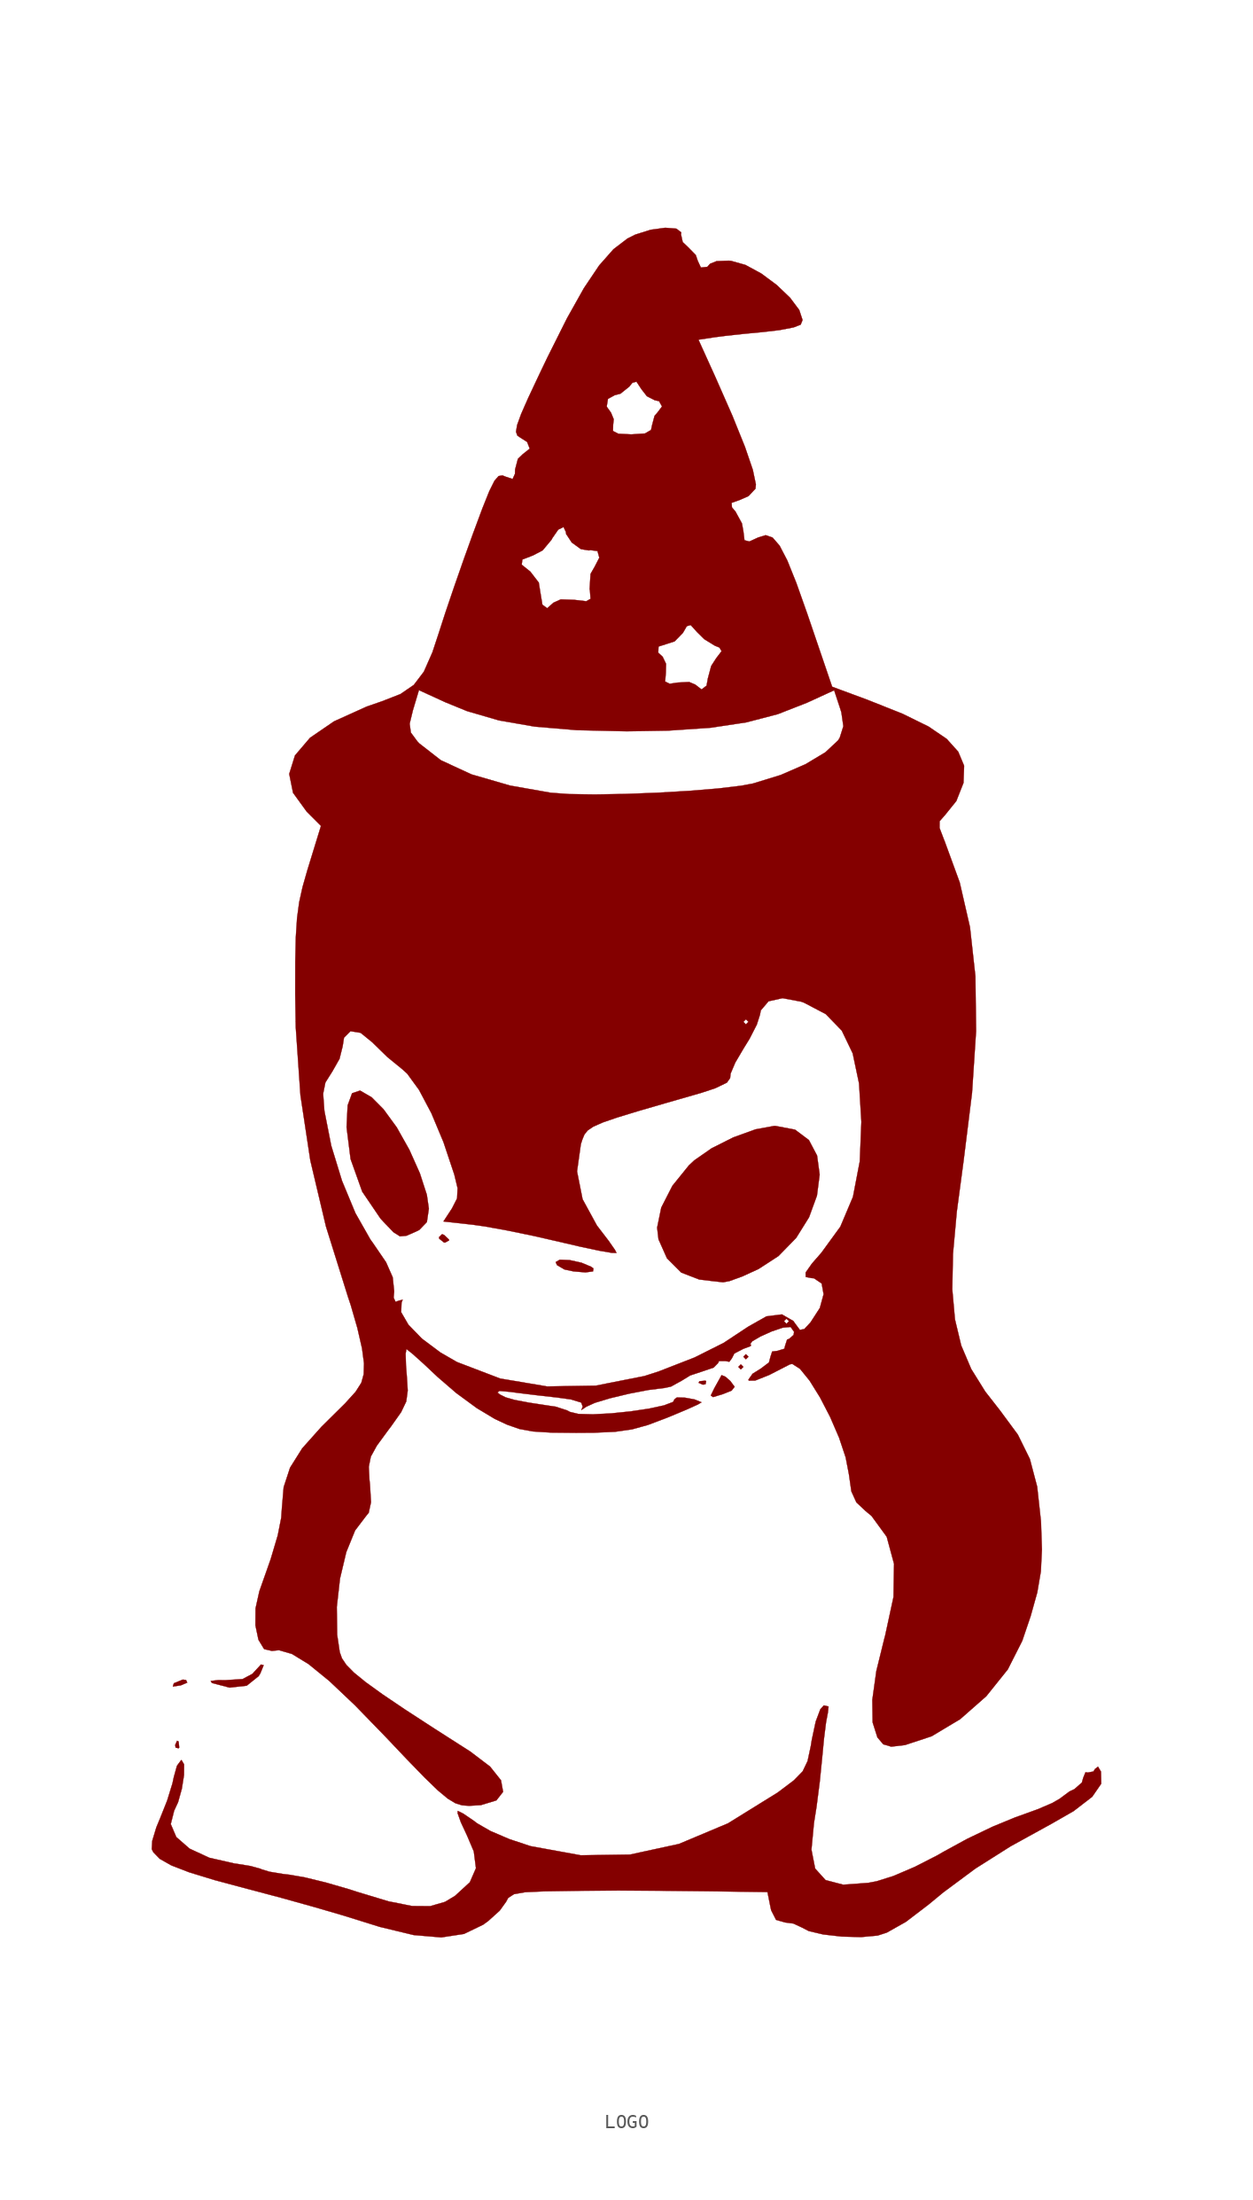
<source format=kicad_sym>
(kicad_symbol_lib
  (version 20220914)
  (generator "bitmap2component")
  (generator_version "9.0")
  (symbol "LOGO"
    (pin_names
      (offset 1.016))
    (property "Reference" "#G"
      (at 0 60.003 0)
      (effects (font (size 1.27 1.27)) hide))
    (symbol "LOGO_0_0"
      (polyline (pts (xy -12.19 -60.012) (xy -10.838 -59.36) (xy -10.479 -59.099) (xy -9.668 -58.367) (xy -9.224 -57.75) (xy -9.073 -57.472) (xy -8.662 -57.208) (xy -7.874 -57.069) (xy -6.54 -57.01) (xy -6.401 -57.007) (xy -3.887 -56.968) (xy -1.316 -56.954) (xy 1.531 -56.966) (xy 4.874 -57.002) (xy 9.212 -57.06) (xy 9.427 -58.134) (xy 9.474 -58.347) (xy 9.818 -59.022) (xy 10.473 -59.207) (xy 11.045 -59.281) (xy 11.672 -59.574) (xy 12.118 -59.808) (xy 13.145 -60.049) (xy 14.457 -60.199) (xy 15.816 -60.234) (xy 16.979 -60.128) (xy 17.627 -59.919) (xy 18.977 -59.158) (xy 20.566 -57.945) (xy 21.62 -57.077) (xy 23.879 -55.402) (xy 26.353 -53.837) (xy 29.277 -52.227) (xy 30.802 -51.353) (xy 32.113 -50.343) (xy 32.75 -49.42) (xy 32.731 -48.567) (xy 32.522 -48.217) (xy 32.304 -48.387) (xy 32.202 -48.558) (xy 31.809 -48.635) (xy 31.639 -48.613) (xy 31.482 -49.001) (xy 31.385 -49.34) (xy 30.856 -49.805) (xy 30.511 -49.967) (xy 29.872 -50.441) (xy 29.851 -50.462) (xy 29.298 -50.782) (xy 28.283 -51.217) (xy 27.01 -51.678) (xy 26.707 -51.784) (xy 25.094 -52.448) (xy 23.294 -53.309) (xy 21.644 -54.21) (xy 21.169 -54.483) (xy 19.603 -55.282) (xy 18.096 -55.927) (xy 16.916 -56.298) (xy 16.325 -56.411) (xy 14.547 -56.541) (xy 13.308 -56.215) (xy 12.574 -55.401) (xy 12.313 -54.069) (xy 12.491 -52.188) (xy 12.673 -51.04) (xy 12.901 -49.265) (xy 13.07 -47.58) (xy 13.198 -46.24) (xy 13.343 -45.092) (xy 13.472 -44.408) (xy 13.519 -43.977) (xy 13.185 -43.9) (xy 12.937 -44.178) (xy 12.614 -45.04) (xy 12.342 -46.309) (xy 12.27 -46.756) (xy 12.042 -47.82) (xy 11.695 -48.547) (xy 11.072 -49.185) (xy 10.017 -49.98) (xy 9.912 -50.056) (xy 6.428 -52.215) (xy 2.972 -53.667) (xy -0.48 -54.416) (xy -3.953 -54.468) (xy -7.471 -53.828) (xy -7.51 -53.818) (xy -8.979 -53.331) (xy -10.322 -52.757) (xy -11.254 -52.219) (xy -11.508 -52.028) (xy -12.232 -51.535) (xy -12.63 -51.337) (xy -12.64 -51.497) (xy -12.412 -52.136) (xy -11.967 -53.094) (xy -11.499 -54.194) (xy -11.346 -55.379) (xy -11.777 -56.368) (xy -12.825 -57.329) (xy -13.526 -57.751) (xy -14.572 -58.054) (xy -15.855 -58.044) (xy -17.508 -57.716) (xy -19.663 -57.065) (xy -20.282 -56.865) (xy -21.923 -56.39) (xy -23.413 -56.026) (xy -24.49 -55.839) (xy -24.936 -55.788) (xy -25.908 -55.626) (xy -26.464 -55.457) (xy -26.552 -55.414) (xy -27.246 -55.224) (xy -28.244 -55.062) (xy -28.375 -55.045) (xy -30.147 -54.643) (xy -31.543 -53.998) (xy -32.479 -53.182) (xy -32.87 -52.267) (xy -32.631 -51.326) (xy -32.355 -50.729) (xy -32.089 -49.779) (xy -31.935 -48.812) (xy -31.929 -48.061) (xy -32.105 -47.759) (xy -32.143 -47.766) (xy -32.433 -48.157) (xy -32.657 -48.965) (xy -32.749 -49.394) (xy -33.123 -50.608) (xy -33.623 -51.862) (xy -33.886 -52.497) (xy -34.175 -53.453) (xy -34.209 -54.034) (xy -34.101 -54.249) (xy -33.645 -54.719) (xy -32.829 -55.18) (xy -31.568 -55.667) (xy -29.777 -56.215) (xy -27.368 -56.859) (xy -27.197 -56.903) (xy -25.028 -57.48) (xy -22.793 -58.103) (xy -20.745 -58.7) (xy -19.14 -59.199) (xy -18.132 -59.514) (xy -15.738 -60.091) (xy -13.79 -60.257) (xy -12.19 -60.012)) (stroke (width 0.01) (type default)) (fill (type outline)))
      (polyline (pts (xy -11.001 -50.931) (xy -9.906 -50.597) (xy -9.432 -49.993) (xy -9.58 -49.179) (xy -10.351 -48.213) (xy -11.745 -47.154) (xy -14.257 -45.548) (xy -16.34 -44.194) (xy -17.939 -43.115) (xy -19.119 -42.264) (xy -19.946 -41.591) (xy -20.484 -41.046) (xy -20.797 -40.581) (xy -20.952 -40.145) (xy -21.135 -38.921) (xy -21.161 -36.959) (xy -20.934 -34.953) (xy -20.491 -33.093) (xy -19.869 -31.565) (xy -19.102 -30.556) (xy -18.909 -30.318) (xy -18.748 -29.576) (xy -18.823 -28.307) (xy -18.857 -28) (xy -18.906 -27.08) (xy -18.76 -26.359) (xy -18.333 -25.584) (xy -17.541 -24.504) (xy -17.331 -24.227) (xy -16.624 -23.228) (xy -16.262 -22.472) (xy -16.158 -21.701) (xy -16.224 -20.66) (xy -16.282 -19.927) (xy -16.306 -19.103) (xy -16.252 -18.782) (xy -16.214 -18.799) (xy -15.79 -19.14) (xy -15.021 -19.831) (xy -14.042 -20.751) (xy -14.042 -20.751) (xy -12.736 -21.877) (xy -11.29 -22.938) (xy -10.017 -23.702) (xy -9.165 -24.102) (xy -8.283 -24.411) (xy -7.316 -24.587) (xy -6.053 -24.666) (xy -4.285 -24.684) (xy -3.014 -24.675) (xy -1.527 -24.608) (xy -0.348 -24.44) (xy 0.769 -24.132) (xy 2.067 -23.643) (xy 2.392 -23.512) (xy 3.527 -23.036) (xy 4.302 -22.686) (xy 4.563 -22.531) (xy 4.56 -22.528) (xy 4.072 -22.329) (xy 3.396 -22.206) (xy 2.826 -22.19) (xy 2.656 -22.316) (xy 2.555 -22.505) (xy 1.916 -22.747) (xy 0.863 -22.976) (xy -0.434 -23.17) (xy -1.809 -23.311) (xy -3.093 -23.378) (xy -4.119 -23.351) (xy -4.719 -23.208) (xy -4.921 -23.099) (xy -5.724 -22.839) (xy -6.049 -22.793) (xy -7.604 -22.555) (xy -8.623 -22.362) (xy -9.258 -22.181) (xy -9.659 -21.978) (xy -9.824 -21.845) (xy -9.704 -21.727) (xy -8.944 -21.794) (xy -8.352 -21.873) (xy -7.03 -22.034) (xy -5.63 -22.192) (xy -4.645 -22.328) (xy -3.921 -22.549) (xy -3.82 -22.833) (xy -3.91 -23.074) (xy -3.557 -22.839) (xy -2.956 -22.566) (xy -1.873 -22.241) (xy -0.54 -21.922) (xy 0.817 -21.662) (xy 1.968 -21.516) (xy 2.404 -21.424) (xy 3.173 -21) (xy 3.765 -20.637) (xy 4.694 -20.329) (xy 5.415 -20.084) (xy 5.724 -19.772) (xy 5.798 -19.622) (xy 6.256 -19.625) (xy 6.523 -19.672) (xy 6.703 -19.427) (xy 6.877 -19.089) (xy 7.513 -18.76) (xy 8.031 -18.566) (xy 8.049 -18.457) (xy 7.982 -18.433) (xy 8.146 -18.224) (xy 8.717 -17.89) (xy 9.499 -17.537) (xy 10.295 -17.268) (xy 10.843 -17.218) (xy 11.09 -17.563) (xy 11.055 -17.779) (xy 10.732 -18.066) (xy 10.598 -18.103) (xy 10.464 -18.513) (xy 10.4 -18.756) (xy 9.903 -18.907) (xy 9.544 -18.95) (xy 9.427 -19.309) (xy 9.317 -19.722) (xy 8.736 -20.16) (xy 8.16 -20.519) (xy 7.87 -20.93) (xy 7.896 -21.003) (xy 8.349 -20.996) (xy 9.332 -20.606) (xy 10.799 -19.852) (xy 10.964 -19.824) (xy 11.507 -20.172) (xy 12.182 -21.004) (xy 12.915 -22.181) (xy 13.632 -23.566) (xy 14.261 -25.022) (xy 14.726 -26.413) (xy 14.955 -27.599) (xy 14.955 -27.6) (xy 15.129 -28.811) (xy 15.482 -29.586) (xy 16.139 -30.203) (xy 16.55 -30.543) (xy 17.621 -32.011) (xy 18.138 -33.919) (xy 18.1 -36.254) (xy 17.505 -39.002) (xy 17.471 -39.117) (xy 16.89 -41.475) (xy 16.607 -43.503) (xy 16.629 -45.099) (xy 16.966 -46.158) (xy 17.377 -46.641) (xy 17.944 -46.809) (xy 18.916 -46.694) (xy 20.792 -46.075) (xy 22.801 -44.872) (xy 24.645 -43.252) (xy 26.16 -41.364) (xy 27.179 -39.352) (xy 27.769 -37.616) (xy 28.239 -35.937) (xy 28.492 -34.453) (xy 28.567 -32.912) (xy 28.506 -31.066) (xy 28.496 -30.886) (xy 28.232 -28.478) (xy 27.717 -26.527) (xy 26.869 -24.808) (xy 25.605 -23.096) (xy 24.57 -21.771) (xy 23.581 -20.182) (xy 22.874 -18.52) (xy 22.434 -16.683) (xy 22.245 -14.567) (xy 22.294 -12.07) (xy 22.564 -9.09) (xy 23.041 -5.523) (xy 23.64 -0.704) (xy 23.924 3.635) (xy 23.877 7.498) (xy 23.494 10.966) (xy 22.77 14.122) (xy 21.7 17.047) (xy 21.668 17.12) (xy 21.348 17.962) (xy 21.352 18.439) (xy 21.677 18.81) (xy 21.692 18.822) (xy 22.531 19.861) (xy 23.036 21.141) (xy 23.079 22.34) (xy 23.073 22.365) (xy 22.664 23.34) (xy 21.856 24.239) (xy 20.573 25.112) (xy 18.739 26.013) (xy 16.277 26.992) (xy 13.773 27.919) (xy 12.068 32.92) (xy 12.03 33.033) (xy 11.249 35.235) (xy 10.611 36.822) (xy 10.068 37.865) (xy 9.575 38.435) (xy 9.088 38.604) (xy 8.56 38.444) (xy 7.936 38.158) (xy 7.59 38.248) (xy 7.513 38.877) (xy 7.412 39.434) (xy 6.959 40.265) (xy 6.707 40.567) (xy 6.682 40.883) (xy 7.278 41.095) (xy 7.877 41.361) (xy 8.367 41.882) (xy 8.395 42.186) (xy 8.179 43.213) (xy 7.623 44.837) (xy 6.733 47.04) (xy 5.515 49.805) (xy 4.344 52.387) (xy 5.481 52.558) (xy 6.208 52.653) (xy 7.51 52.795) (xy 8.928 52.93) (xy 10.065 53.063) (xy 11.055 53.254) (xy 11.555 53.447) (xy 11.686 53.775) (xy 11.451 54.486) (xy 10.802 55.349) (xy 9.867 56.243) (xy 8.776 57.052) (xy 7.658 57.659) (xy 6.64 57.944) (xy 6.478 57.957) (xy 5.62 57.924) (xy 5.165 57.741) (xy 4.971 57.523) (xy 4.517 57.473) (xy 4.293 57.952) (xy 4.159 58.353) (xy 3.613 58.91) (xy 3.234 59.271) (xy 3.115 59.807) (xy 3.132 59.953) (xy 2.784 60.216) (xy 2.005 60.277) (xy 0.979 60.137) (xy -0.107 59.797) (xy -0.658 59.521) (xy -1.649 58.765) (xy -2.656 57.624) (xy -3.731 56.025) (xy -4.927 53.894) (xy -6.297 51.158) (xy -6.865 49.973) (xy -7.647 48.312) (xy -7.931 47.669) (xy -2.127 47.669) (xy -2.038 48.213) (xy -1.56 48.475) (xy -1.159 48.577) (xy -0.534 49.076) (xy -0.317 49.348) (xy -0.024 49.425) (xy 0.323 48.897) (xy 0.708 48.402) (xy 1.265 48.117) (xy 1.565 48.055) (xy 1.776 47.679) (xy 1.431 47.223) (xy 1.249 47.02) (xy 1.073 46.356) (xy 1 46.02) (xy 0.574 45.775) (xy -0.387 45.71) (xy -1.303 45.756) (xy -1.682 45.95) (xy -1.673 46.377) (xy -1.631 46.778) (xy -1.822 47.243) (xy -2.127 47.669) (xy -7.931 47.669) (xy -8.162 47.143) (xy -8.443 46.37) (xy -8.521 45.897) (xy -8.428 45.628) (xy -8.196 45.469) (xy -7.739 45.178) (xy -7.554 44.706) (xy -8.049 44.311) (xy -8.389 43.983) (xy -8.586 43.236) (xy -8.595 42.928) (xy -8.761 42.564) (xy -9.268 42.733) (xy -9.477 42.818) (xy -9.753 42.771) (xy -10.044 42.434) (xy -10.404 41.712) (xy -10.888 40.506) (xy -11.552 38.721) (xy -12.188 36.956) (xy -12.339 36.524) (xy -8.12 36.524) (xy -8.073 36.887) (xy -7.322 37.177) (xy -6.644 37.532) (xy -6.012 38.289) (xy -5.967 38.384) (xy -5.543 38.996) (xy -5.169 39.179) (xy -5.008 38.841) (xy -4.984 38.682) (xy -4.589 38.087) (xy -3.947 37.621) (xy -3.364 37.527) (xy -3.293 37.552) (xy -2.777 37.486) (xy -2.646 37.019) (xy -2.976 36.378) (xy -3.266 35.871) (xy -3.33 34.807) (xy -3.307 34.688) (xy -3.266 34.118) (xy -3.566 33.946) (xy -4.388 34.042) (xy -4.405 34.044) (xy -5.362 34.077) (xy -5.878 33.846) (xy -5.882 33.842) (xy -6.322 33.453) (xy -6.661 33.704) (xy -6.797 34.52) (xy -6.917 35.264) (xy -7.513 36.037) (xy -8.12 36.524) (xy -12.339 36.524) (xy -12.894 34.936) (xy -13.521 33.088) (xy -13.982 31.661) (xy -14.413 30.358) (xy -14.428 30.321) (xy 1.508 30.321) (xy 1.529 30.752) (xy 2.134 30.945) (xy 2.666 31.117) (xy 3.251 31.719) (xy 3.525 32.191) (xy 3.8 32.267) (xy 4.247 31.771) (xy 4.752 31.273) (xy 5.504 30.811) (xy 5.822 30.684) (xy 5.976 30.427) (xy 5.594 29.926) (xy 5.244 29.384) (xy 5.008 28.502) (xy 4.917 27.997) (xy 4.563 27.727) (xy 4.121 28.071) (xy 3.688 28.254) (xy 2.891 28.214) (xy 2.318 28.128) (xy 1.996 28.286) (xy 2.044 28.899) (xy 2.06 29.534) (xy 1.822 30.03) (xy 1.508 30.321) (xy -14.428 30.321) (xy -15.02 28.98) (xy -15.73 28.046) (xy -16.674 27.401) (xy -17.978 26.892) (xy -19.046 26.522) (xy -21.354 25.479) (xy -21.598 25.312) (xy -16.023 25.312) (xy -15.791 26.267) (xy -15.368 27.679) (xy -13.494 26.821) (xy -11.973 26.2) (xy -9.734 25.548) (xy -7.202 25.107) (xy -4.241 24.858) (xy -0.716 24.777) (xy 2.213 24.825) (xy 5.192 25.026) (xy 7.722 25.407) (xy 9.943 25.987) (xy 11.994 26.789) (xy 13.915 27.669) (xy 14.332 26.407) (xy 14.425 26.105) (xy 14.564 25.135) (xy 14.308 24.323) (xy 14.187 24.131) (xy 13.295 23.297) (xy 11.894 22.457) (xy 10.142 21.696) (xy 8.197 21.098) (xy 7.347 20.939) (xy 5.719 20.745) (xy 3.692 20.578) (xy 1.448 20.447) (xy -0.833 20.36) (xy -2.969 20.325) (xy -4.779 20.351) (xy -6.082 20.446) (xy -8.939 20.951) (xy -11.666 21.741) (xy -13.825 22.741) (xy -15.352 23.93) (xy -15.473 24.061) (xy -15.938 24.689) (xy -16.023 25.312) (xy -21.598 25.312) (xy -23.048 24.32) (xy -24.109 23.075) (xy -24.515 21.772) (xy -24.246 20.442) (xy -23.283 19.114) (xy -22.276 18.107) (xy -23.19 15.135) (xy -23.242 14.965) (xy -23.576 13.796) (xy -23.811 12.733) (xy -23.963 11.613) (xy -24.05 10.27) (xy -24.088 8.541) (xy -24.093 6.261) (xy -24.061 4.293) (xy 7.513 4.293) (xy 7.691 4.472) (xy 7.87 4.293) (xy 7.691 4.114) (xy 7.513 4.293) (xy -24.061 4.293) (xy -24.054 3.898) (xy -23.732 -0.773) (xy -22.124 -0.773) (xy -21.965 0.016) (xy -21.508 0.742) (xy -21.494 0.76) (xy -20.968 1.686) (xy -20.749 2.564) (xy -20.651 3.179) (xy -20.196 3.633) (xy -19.479 3.518) (xy -18.621 2.82) (xy -18.576 2.77) (xy -17.596 1.813) (xy -16.563 0.97) (xy -16.195 0.639) (xy -15.361 -0.505) (xy -14.486 -2.159) (xy -13.635 -4.194) (xy -12.872 -6.478) (xy -12.643 -7.426) (xy -12.677 -8.154) (xy -13.039 -8.864) (xy -13.639 -9.781) (xy -11.56 -10.012) (xy -10.724 -10.13) (xy -9.15 -10.414) (xy -7.311 -10.793) (xy -5.456 -11.217) (xy -3.939 -11.57) (xy -2.637 -11.845) (xy -1.757 -11.996) (xy -1.435 -11.999) (xy -1.542 -11.787) (xy -1.99 -11.142) (xy -2.669 -10.257) (xy -2.811 -10.073) (xy -3.828 -8.21) (xy -4.218 -6.249) (xy -3.949 -4.334) (xy -3.84 -3.995) (xy -3.697 -3.652) (xy -3.468 -3.364) (xy -3.066 -3.093) (xy -2.406 -2.802) (xy -1.401 -2.456) (xy 0.033 -2.017) (xy 1.982 -1.45) (xy 4.532 -0.718) (xy 5.521 -0.392) (xy 6.349 0.005) (xy 6.579 0.33) (xy 6.61 0.64) (xy 6.943 1.423) (xy 7.524 2.409) (xy 7.949 3.099) (xy 8.46 4.098) (xy 8.681 4.787) (xy 8.743 5.103) (xy 9.288 5.743) (xy 10.276 5.962) (xy 11.58 5.718) (xy 11.795 5.641) (xy 13.324 4.837) (xy 14.453 3.673) (xy 15.222 2.072) (xy 15.669 -0.044) (xy 15.835 -2.756) (xy 15.722 -5.54) (xy 15.242 -8.042) (xy 14.351 -10.149) (xy 13.014 -11.985) (xy 12.348 -12.749) (xy 11.902 -13.383) (xy 11.906 -13.692) (xy 12.321 -13.773) (xy 12.491 -13.787) (xy 13.034 -14.156) (xy 13.171 -14.909) (xy 12.906 -15.879) (xy 12.243 -16.901) (xy 11.808 -17.367) (xy 11.498 -17.426) (xy 11.157 -16.967) (xy 11.033 -16.794) (xy 10.23 -16.333) (xy 9.143 -16.47) (xy 8.533 -16.814) (xy 10.375 -16.814) (xy 10.553 -16.635) (xy 10.732 -16.814) (xy 10.553 -16.993) (xy 10.375 -16.814) (xy 8.533 -16.814) (xy 7.85 -17.2) (xy 6.124 -18.34) (xy 4.069 -19.37) (xy 1.518 -20.363) (xy 0.528 -20.681) (xy -2.897 -21.357) (xy -6.329 -21.412) (xy -9.636 -20.855) (xy -12.687 -19.69) (xy -13.85 -19.019) (xy -15.152 -18.045) (xy -16.109 -17.06) (xy -16.623 -16.174) (xy -16.593 -15.493) (xy -16.512 -15.298) (xy -16.783 -15.364) (xy -17.015 -15.448) (xy -17.153 -15.151) (xy -17.112 -14.714) (xy -17.218 -13.714) (xy -17.686 -12.655) (xy -18.596 -11.323) (xy -18.794 -11.046) (xy -19.846 -9.194) (xy -20.794 -6.912) (xy -21.551 -4.442) (xy -22.028 -2.025) (xy -22.04 -1.929) (xy -22.124 -0.773) (xy -23.732 -0.773) (xy -23.725 -0.872) (xy -23.028 -5.474) (xy -21.924 -10.137) (xy -20.372 -15.093) (xy -20.177 -15.678) (xy -19.712 -17.284) (xy -19.38 -18.733) (xy -19.243 -19.771) (xy -19.242 -19.834) (xy -19.264 -20.554) (xy -19.43 -21.155) (xy -19.834 -21.788) (xy -20.572 -22.604) (xy -21.738 -23.757) (xy -22.247 -24.261) (xy -23.6 -25.777) (xy -24.457 -27.14) (xy -24.908 -28.519) (xy -25.04 -30.083) (xy -25.078 -30.663) (xy -25.324 -31.911) (xy -25.823 -33.589) (xy -26.604 -35.803) (xy -26.622 -35.853) (xy -26.89 -37.058) (xy -26.899 -38.256) (xy -26.686 -39.272) (xy -26.285 -39.931) (xy -25.732 -40.059) (xy -25.237 -40.006) (xy -24.32 -40.274) (xy -23.152 -40.988) (xy -21.689 -42.18) (xy -19.888 -43.884) (xy -17.706 -46.131) (xy -16.229 -47.689) (xy -14.97 -48.987) (xy -14.034 -49.891) (xy -13.336 -50.472) (xy -12.791 -50.8) (xy -12.315 -50.946) (xy -11.822 -50.979) (xy -11.001 -50.931)) (stroke (width 0.01) (type default)) (fill (type outline)))
      (polyline (pts (xy -32.274 -46.872) (xy -32.316 -46.447) (xy -32.424 -46.391) (xy -32.555 -46.686) (xy -32.529 -46.875) (xy -32.316 -46.924) (xy -32.274 -46.872)) (stroke (width 0.01) (type default)) (fill (type outline)))
      (polyline (pts (xy -32.169 -42.489) (xy -31.707 -42.295) (xy -31.791 -42.111) (xy -32.019 -42.081) (xy -32.638 -42.333) (xy -32.654 -42.349) (xy -32.721 -42.57) (xy -32.169 -42.489)) (stroke (width 0.01) (type default)) (fill (type outline)))
      (polyline (pts (xy -27.511 -42.51) (xy -26.674 -41.84) (xy -26.551 -41.641) (xy -26.317 -41.066) (xy -26.505 -41.017) (xy -27.019 -41.571) (xy -27.096 -41.665) (xy -27.802 -42.043) (xy -29.026 -42.122) (xy -29.52 -42.116) (xy -30.054 -42.177) (xy -29.968 -42.318) (xy -28.72 -42.646) (xy -27.511 -42.51)) (stroke (width 0.01) (type default)) (fill (type outline)))
      (polyline (pts (xy 6.086 -21.946) (xy 6.681 -21.709) (xy 6.896 -21.436) (xy 6.594 -21.032) (xy 6.244 -20.725) (xy 5.975 -20.617) (xy 5.825 -20.888) (xy 5.467 -21.532) (xy 5.215 -22.049) (xy 5.378 -22.164) (xy 6.086 -21.946)) (stroke (width 0.01) (type default)) (fill (type outline)))
      (polyline (pts (xy 4.84 -21.26) (xy 4.889 -21.047) (xy 4.837 -21.005) (xy 4.412 -21.047) (xy 4.356 -21.155) (xy 4.651 -21.286) (xy 4.84 -21.26)) (stroke (width 0.01) (type default)) (fill (type outline)))
      (polyline (pts (xy 7.513 -20.034) (xy 7.334 -19.855) (xy 7.155 -20.034) (xy 7.334 -20.213) (xy 7.513 -20.034)) (stroke (width 0.01) (type default)) (fill (type outline)))
      (polyline (pts (xy 7.87 -19.318) (xy 7.691 -19.139) (xy 7.513 -19.318) (xy 7.691 -19.497) (xy 7.87 -19.318)) (stroke (width 0.01) (type default)) (fill (type outline)))
      (polyline (pts (xy 6.527 -13.987) (xy 7.455 -13.649) (xy 8.586 -13.13) (xy 9.986 -12.221) (xy 11.235 -10.943) (xy 12.144 -9.487) (xy 12.701 -7.962) (xy 12.893 -6.474) (xy 12.709 -5.131) (xy 12.134 -4.041) (xy 11.157 -3.309) (xy 9.766 -3.044) (xy 9.68 -3.046) (xy 8.371 -3.286) (xy 6.809 -3.85) (xy 5.276 -4.619) (xy 4.049 -5.473) (xy 3.667 -5.831) (xy 2.509 -7.263) (xy 1.722 -8.802) (xy 1.431 -10.218) (xy 1.527 -11.037) (xy 2.123 -12.375) (xy 3.13 -13.383) (xy 4.396 -13.873) (xy 5.356 -13.988) (xy 6.082 -14.068) (xy 6.527 -13.987)) (stroke (width 0.01) (type default)) (fill (type outline)))
      (polyline (pts (xy -3.09 -13.301) (xy -3.059 -13.095) (xy -3.222 -12.974) (xy -3.912 -12.686) (xy -4.739 -12.505) (xy -5.433 -12.476) (xy -5.724 -12.645) (xy -5.629 -12.861) (xy -5.098 -13.169) (xy -4.462 -13.301) (xy -3.625 -13.372) (xy -3.09 -13.301)) (stroke (width 0.01) (type default)) (fill (type outline)))
      (polyline (pts (xy -13.514 -11.265) (xy -13.237 -11.111) (xy -13.253 -11.054) (xy -13.594 -10.732) (xy -13.733 -10.677) (xy -13.952 -10.89) (xy -13.938 -10.994) (xy -13.594 -11.269) (xy -13.514 -11.265)) (stroke (width 0.01) (type default)) (fill (type outline)))
      (polyline (pts (xy -16.252 -10.788) (xy -15.579 -10.496) (xy -15.335 -10.372) (xy -14.808 -9.823) (xy -14.668 -8.878) (xy -14.81 -7.899) (xy -15.3 -6.388) (xy -16.042 -4.728) (xy -16.932 -3.146) (xy -17.866 -1.867) (xy -18.698 -1.029) (xy -19.518 -0.553) (xy -20.082 -0.742) (xy -20.396 -1.6) (xy -20.471 -3.131) (xy -20.188 -5.379) (xy -19.367 -7.678) (xy -18.083 -9.57) (xy -17.836 -9.839) (xy -17.162 -10.54) (xy -16.707 -10.829) (xy -16.252 -10.788)) (stroke (width 0.01) (type default)) (fill (type outline))))))
</source>
